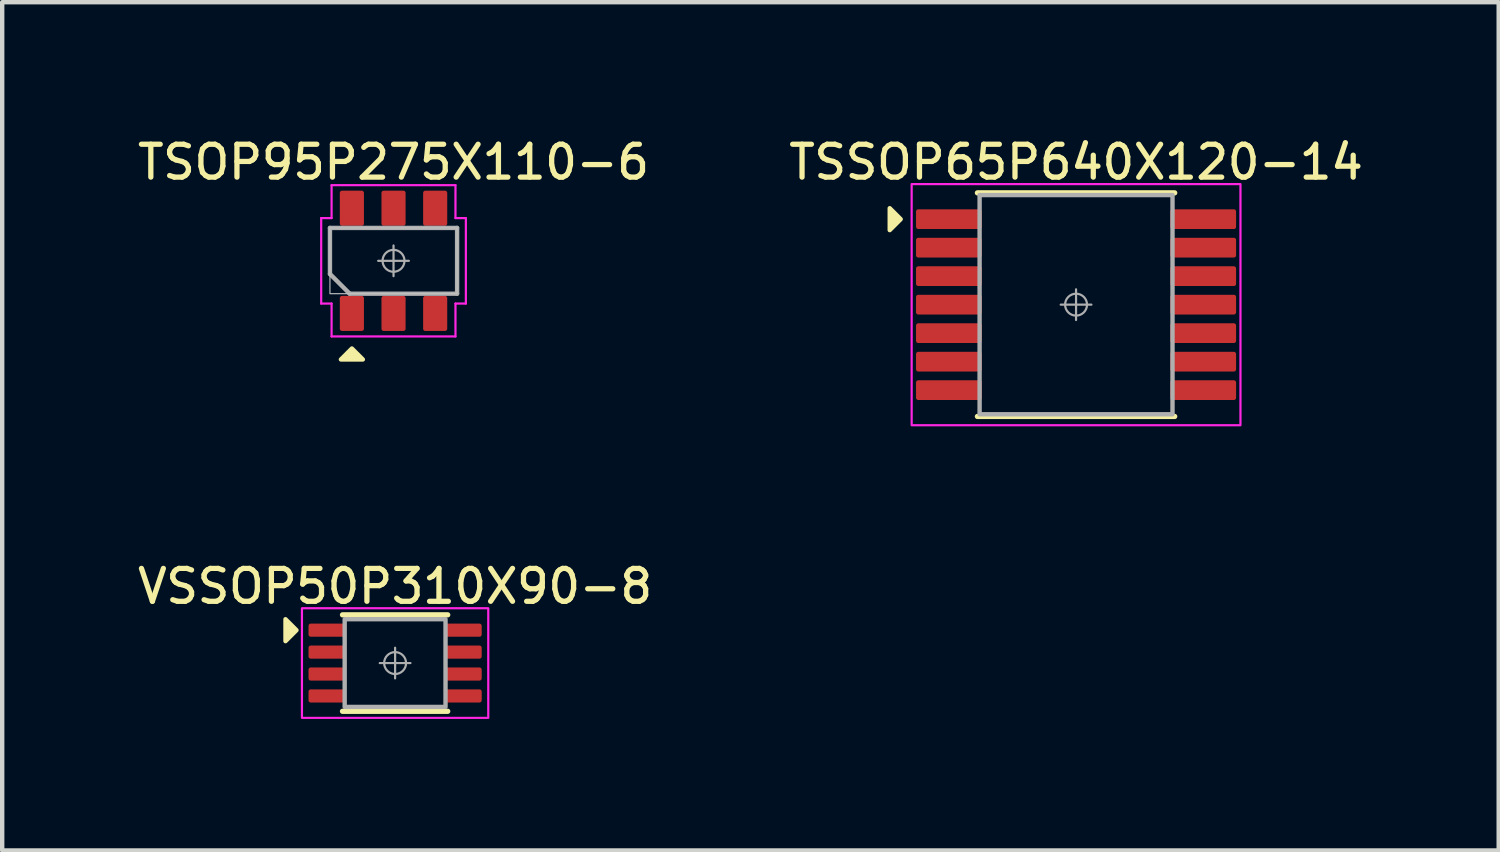
<source format=kicad_pcb>
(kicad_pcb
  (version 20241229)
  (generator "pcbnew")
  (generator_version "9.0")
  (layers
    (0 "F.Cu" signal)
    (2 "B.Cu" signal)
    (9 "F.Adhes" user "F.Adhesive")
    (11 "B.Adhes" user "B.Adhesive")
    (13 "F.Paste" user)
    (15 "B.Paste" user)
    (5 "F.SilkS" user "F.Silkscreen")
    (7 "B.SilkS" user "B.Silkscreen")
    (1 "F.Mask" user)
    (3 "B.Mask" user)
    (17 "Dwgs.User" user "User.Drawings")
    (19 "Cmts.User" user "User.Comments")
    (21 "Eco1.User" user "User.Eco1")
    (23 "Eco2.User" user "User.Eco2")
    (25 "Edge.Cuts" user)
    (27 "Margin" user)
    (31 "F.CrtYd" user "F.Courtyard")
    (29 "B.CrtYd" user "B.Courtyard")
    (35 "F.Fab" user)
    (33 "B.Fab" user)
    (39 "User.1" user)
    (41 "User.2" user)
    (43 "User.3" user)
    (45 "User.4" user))
  (footprint "TSOP95P275X110-6"
    (layer "F.Cu")
    (at 5.926 2.899)
    (property "Reference" "TSOP95P275X110-6" (at 0 -2.25 0) (unlocked yes) (layer "F.SilkS") (effects (font (size 0.75 0.75) (thickness 0.12))))
    (attr smd)
    (fp_poly (pts (xy -0.95 2) (xy -0.7 2.25) (xy -1.2 2.25)) (stroke (width 0.1) (type solid)) (fill yes) (layer "F.SilkS"))
    (fp_rect (start -1.45 -0.75) (end 1.45 0.75) (stroke (width 0.025) (type solid)) (fill no) (layer "Dwgs.User"))
    (fp_line (start -1.65 -0.975) (end -1.413 -0.975) (stroke (width 0.05) (type solid)) (layer "F.CrtYd"))
    (fp_line (start -1.65 0.975) (end -1.65 -0.975) (stroke (width 0.05) (type default)) (layer "F.CrtYd"))
    (fp_line (start -1.413 -1.725) (end -1.413 -0.975) (stroke (width 0.05) (type default)) (layer "F.CrtYd"))
    (fp_line (start -1.413 -1.725) (end 1.413 -1.725) (stroke (width 0.05) (type solid)) (layer "F.CrtYd"))
    (fp_line (start -1.413 0.975) (end -1.65 0.975) (stroke (width 0.05) (type solid)) (layer "F.CrtYd"))
    (fp_line (start -1.413 1.725) (end -1.413 0.975) (stroke (width 0.05) (type default)) (layer "F.CrtYd"))
    (fp_line (start 1.413 -1.725) (end 1.413 -0.975) (stroke (width 0.05) (type default)) (layer "F.CrtYd"))
    (fp_line (start 1.413 -0.975) (end 1.65 -0.975) (stroke (width 0.05) (type solid)) (layer "F.CrtYd"))
    (fp_line (start 1.413 0.975) (end 1.65 0.975) (stroke (width 0.05) (type solid)) (layer "F.CrtYd"))
    (fp_line (start 1.413 1.725) (end -1.413 1.725) (stroke (width 0.05) (type solid)) (layer "F.CrtYd"))
    (fp_line (start 1.413 1.725) (end 1.413 0.975) (stroke (width 0.05) (type default)) (layer "F.CrtYd"))
    (fp_line (start 1.65 0.975) (end 1.65 -0.975) (stroke (width 0.05) (type default)) (layer "F.CrtYd"))
    (fp_line (start -1.45 -0.75) (end 1.45 -0.75) (stroke (width 0.1) (type default)) (layer "F.Fab"))
    (fp_line (start -1.45 0.3) (end -1.45 -0.75) (stroke (width 0.1) (type default)) (layer "F.Fab"))
    (fp_line (start -1 0.75) (end -1.45 0.3) (stroke (width 0.1) (type default)) (layer "F.Fab"))
    (fp_line (start -0.35 0) (end 0.35 0) (stroke (width 0.05) (type solid)) (layer "F.Fab"))
    (fp_line (start 0 -0.35) (end 0 0.35) (stroke (width 0.05) (type solid)) (layer "F.Fab"))
    (fp_line (start 1.45 -0.75) (end 1.45 0.75) (stroke (width 0.1) (type default)) (layer "F.Fab"))
    (fp_line (start 1.45 0.75) (end -1 0.75) (stroke (width 0.1) (type default)) (layer "F.Fab"))
    (fp_circle (center 0 0) (end 0.25 0) (stroke (width 0.05) (type solid)) (fill no) (layer "F.Fab"))
    (pad "1" smd roundrect (at -0.95 1.2) (size 0.55 0.8) (layers "F.Cu" "F.Mask" "F.Paste") (roundrect_rratio 0.091))
    (pad "2" smd roundrect (at 0 1.2) (size 0.55 0.8) (layers "F.Cu" "F.Mask" "F.Paste") (roundrect_rratio 0.091))
    (pad "3" smd roundrect (at 0.95 1.2) (size 0.55 0.8) (layers "F.Cu" "F.Mask" "F.Paste") (roundrect_rratio 0.091))
    (pad "4" smd roundrect (at 0.95 -1.2) (size 0.55 0.8) (layers "F.Cu" "F.Mask" "F.Paste") (roundrect_rratio 0.091))
    (pad "5" smd roundrect (at 0 -1.2) (size 0.55 0.8) (layers "F.Cu" "F.Mask" "F.Paste") (roundrect_rratio 0.091))
    (pad "6" smd roundrect (at -0.95 -1.2) (size 0.55 0.8) (layers "F.Cu" "F.Mask" "F.Paste") (roundrect_rratio 0.091)))
  (footprint "TSSOP65P640X120-14"
    (layer "F.Cu")
    (at 21.494 3.899)
    (property "Reference" "TSSOP65P640X120-14" (at 0 -3.25 0) (unlocked yes) (layer "F.SilkS") (effects (font (size 0.75 0.75) (thickness 0.12))))
    (attr smd)
    (fp_line (start -2.25 -2.55) (end 2.25 -2.55) (stroke (width 0.12) (type solid)) (layer "F.SilkS"))
    (fp_line (start -2.25 2.55) (end 2.25 2.55) (stroke (width 0.12) (type solid)) (layer "F.SilkS"))
    (fp_poly (pts (xy -4 -1.95) (xy -4.25 -1.7) (xy -4.25 -2.2)) (stroke (width 0.1) (type solid)) (fill yes) (layer "F.SilkS"))
    (fp_rect (start -3.75 -2.75) (end 3.75 2.75) (stroke (width 0.05) (type default)) (fill no) (layer "F.CrtYd"))
    (fp_line (start -0.35 0) (end 0.35 0) (stroke (width 0.05) (type solid)) (layer "F.Fab"))
    (fp_line (start 0 -0.35) (end 0 0.35) (stroke (width 0.05) (type solid)) (layer "F.Fab"))
    (fp_rect (start -2.2 -2.5) (end 2.2 2.5) (stroke (width 0.1) (type solid)) (fill no) (layer "F.Fab"))
    (fp_circle (center 0 0) (end 0.25 0) (stroke (width 0.05) (type solid)) (fill no) (layer "F.Fab"))
    (pad "1" smd roundrect (at -2.9 -1.95) (size 1.5 0.45) (layers "F.Cu" "F.Mask" "F.Paste") (roundrect_rratio 0.111))
    (pad "2" smd roundrect (at -2.9 -1.3) (size 1.5 0.45) (layers "F.Cu" "F.Mask" "F.Paste") (roundrect_rratio 0.111))
    (pad "3" smd roundrect (at -2.9 -0.65) (size 1.5 0.45) (layers "F.Cu" "F.Mask" "F.Paste") (roundrect_rratio 0.111))
    (pad "4" smd roundrect (at -2.9 0) (size 1.5 0.45) (layers "F.Cu" "F.Mask" "F.Paste") (roundrect_rratio 0.111))
    (pad "5" smd roundrect (at -2.9 0.65) (size 1.5 0.45) (layers "F.Cu" "F.Mask" "F.Paste") (roundrect_rratio 0.111))
    (pad "6" smd roundrect (at -2.9 1.3) (size 1.5 0.45) (layers "F.Cu" "F.Mask" "F.Paste") (roundrect_rratio 0.111))
    (pad "7" smd roundrect (at -2.9 1.95) (size 1.5 0.45) (layers "F.Cu" "F.Mask" "F.Paste") (roundrect_rratio 0.111))
    (pad "8" smd roundrect (at 2.9 1.95) (size 1.5 0.45) (layers "F.Cu" "F.Mask" "F.Paste") (roundrect_rratio 0.111))
    (pad "9" smd roundrect (at 2.9 1.3) (size 1.5 0.45) (layers "F.Cu" "F.Mask" "F.Paste") (roundrect_rratio 0.111))
    (pad "10" smd roundrect (at 2.9 0.65) (size 1.5 0.45) (layers "F.Cu" "F.Mask" "F.Paste") (roundrect_rratio 0.111))
    (pad "11" smd roundrect (at 2.9 0) (size 1.5 0.45) (layers "F.Cu" "F.Mask" "F.Paste") (roundrect_rratio 0.111))
    (pad "12" smd roundrect (at 2.9 -0.65) (size 1.5 0.45) (layers "F.Cu" "F.Mask" "F.Paste") (roundrect_rratio 0.111))
    (pad "13" smd roundrect (at 2.9 -1.3) (size 1.5 0.45) (layers "F.Cu" "F.Mask" "F.Paste") (roundrect_rratio 0.111))
    (pad "14" smd roundrect (at 2.9 -1.95) (size 1.5 0.45) (layers "F.Cu" "F.Mask" "F.Paste") (roundrect_rratio 0.111)))
  (footprint "VSSOP50P310X90-8"
    (layer "F.Cu")
    (at 5.962 12.074)
    (property "Reference" "VSSOP50P310X90-8" (at 0 -1.75 0) (unlocked yes) (layer "F.SilkS") (effects (font (size 0.75 0.75) (thickness 0.12))))
    (attr smd)
    (fp_line (start -1.2 -1.1) (end 1.2 -1.1) (stroke (width 0.12) (type solid)) (layer "F.SilkS"))
    (fp_line (start -1.2 1.1) (end 1.2 1.1) (stroke (width 0.12) (type solid)) (layer "F.SilkS"))
    (fp_poly (pts (xy -2.25 -0.75) (xy -2.5 -0.5) (xy -2.5 -1)) (stroke (width 0.1) (type solid)) (fill yes) (layer "F.SilkS"))
    (fp_rect (start -2.125 -1.25) (end 2.125 1.25) (stroke (width 0.05) (type solid)) (fill no) (layer "F.CrtYd"))
    (fp_line (start -0.35 0) (end 0.35 0) (stroke (width 0.05) (type solid)) (layer "F.Fab"))
    (fp_line (start 0 -0.35) (end 0 0.35) (stroke (width 0.05) (type solid)) (layer "F.Fab"))
    (fp_rect (start -1.15 -1) (end 1.15 1) (stroke (width 0.1) (type solid)) (fill no) (layer "F.Fab"))
    (fp_circle (center 0 0) (end 0.25 0) (stroke (width 0.05) (type solid)) (fill no) (layer "F.Fab"))
    (pad "1" smd roundrect (at -1.55 -0.75) (size 0.85 0.3) (layers "F.Cu" "F.Mask" "F.Paste") (roundrect_rratio 0.167))
    (pad "2" smd roundrect (at -1.55 -0.25) (size 0.85 0.3) (layers "F.Cu" "F.Mask" "F.Paste") (roundrect_rratio 0.167))
    (pad "3" smd roundrect (at -1.55 0.25) (size 0.85 0.3) (layers "F.Cu" "F.Mask" "F.Paste") (roundrect_rratio 0.167))
    (pad "4" smd roundrect (at -1.55 0.75) (size 0.85 0.3) (layers "F.Cu" "F.Mask" "F.Paste") (roundrect_rratio 0.167))
    (pad "5" smd roundrect (at 1.55 0.75) (size 0.85 0.3) (layers "F.Cu" "F.Mask" "F.Paste") (roundrect_rratio 0.167))
    (pad "6" smd roundrect (at 1.55 0.25) (size 0.85 0.3) (layers "F.Cu" "F.Mask" "F.Paste") (roundrect_rratio 0.167))
    (pad "7" smd roundrect (at 1.55 -0.25) (size 0.85 0.3) (layers "F.Cu" "F.Mask" "F.Paste") (roundrect_rratio 0.167))
    (pad "8" smd roundrect (at 1.55 -0.75) (size 0.85 0.3) (layers "F.Cu" "F.Mask" "F.Paste") (roundrect_rratio 0.167)))
  (gr_rect
    (start -3 -3)
    (end 31.134 16.349)
    (stroke (width 0.1) (type default))
    (fill no)
    (layer "Edge.Cuts")))
</source>
